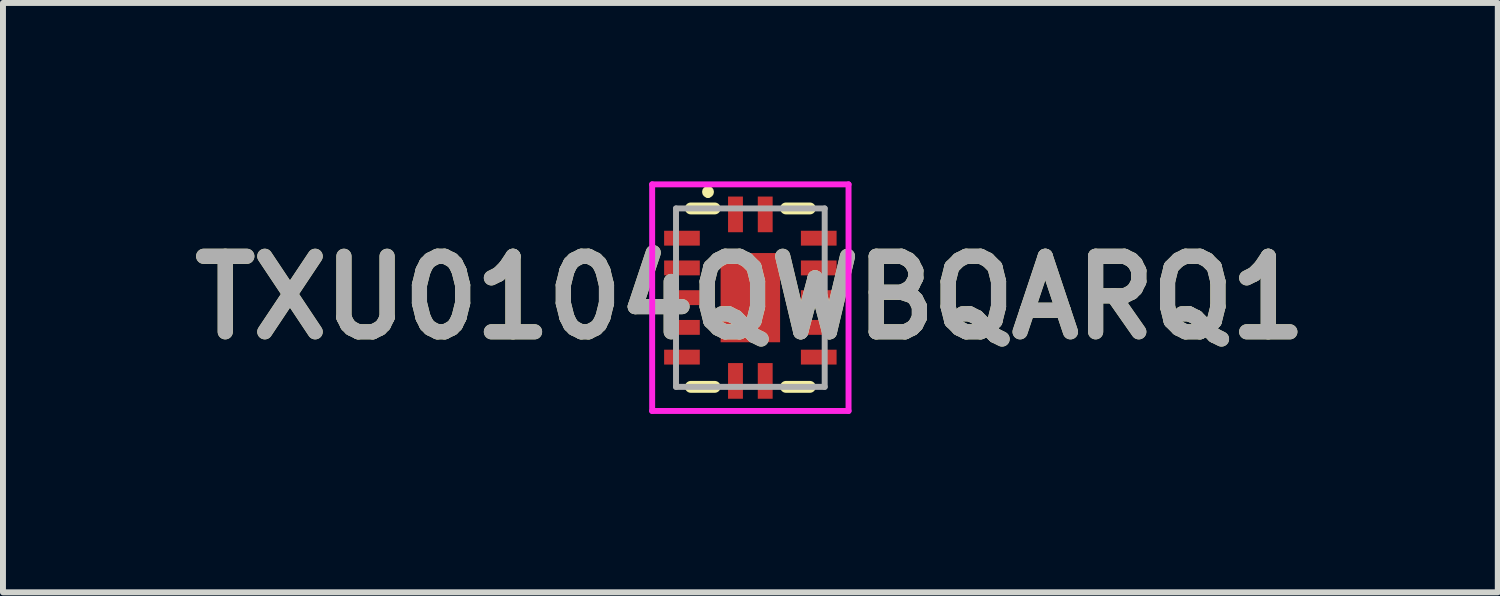
<source format=kicad_pcb>
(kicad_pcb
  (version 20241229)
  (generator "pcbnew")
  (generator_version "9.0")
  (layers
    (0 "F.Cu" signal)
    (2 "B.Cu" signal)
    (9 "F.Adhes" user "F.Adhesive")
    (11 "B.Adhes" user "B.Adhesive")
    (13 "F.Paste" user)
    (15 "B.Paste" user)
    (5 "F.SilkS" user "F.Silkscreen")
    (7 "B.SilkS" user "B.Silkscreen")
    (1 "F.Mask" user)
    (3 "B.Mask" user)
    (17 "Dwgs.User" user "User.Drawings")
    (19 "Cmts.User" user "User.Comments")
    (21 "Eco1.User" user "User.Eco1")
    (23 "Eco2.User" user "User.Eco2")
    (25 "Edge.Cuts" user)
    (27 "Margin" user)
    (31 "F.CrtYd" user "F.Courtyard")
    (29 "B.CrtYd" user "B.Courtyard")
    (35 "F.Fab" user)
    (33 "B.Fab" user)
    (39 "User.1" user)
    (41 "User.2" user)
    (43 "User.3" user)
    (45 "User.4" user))
  (footprint "TXU0104QWBQARQ1"
    (layer "F.Cu")
    (at 9.567 1.955)
    (property "Reference" "TXU0104QWBQARQ1" (at 0 0 0) (layer "F.SilkS") (effects (font (size 1.27 1.27) (thickness 0.254))))
    (attr smd)
    (fp_line (start -0.712 -1.828) (end -0.712 -1.828) (stroke (width 0.1) (type solid)) (layer "F.SilkS"))
    (fp_line (start -0.712 -1.728) (end -0.712 -1.728) (stroke (width 0.1) (type solid)) (layer "F.SilkS"))
    (fp_line (start -0.6 -1.5) (end -1 -1.5) (stroke (width 0.2) (type solid)) (layer "F.SilkS"))
    (fp_line (start -0.6 1.5) (end -1 1.5) (stroke (width 0.2) (type solid)) (layer "F.SilkS"))
    (fp_line (start 0.6 -1.5) (end 1 -1.5) (stroke (width 0.2) (type solid)) (layer "F.SilkS"))
    (fp_line (start 0.6 1.5) (end 1 1.5) (stroke (width 0.2) (type solid)) (layer "F.SilkS"))
    (fp_arc (start -0.712 -1.828) (mid -0.662 -1.778) (end -0.712 -1.728) (stroke (width 0.1) (type solid)) (layer "F.SilkS"))
    (fp_arc (start -0.712 -1.728) (mid -0.762 -1.778) (end -0.712 -1.828) (stroke (width 0.1) (type solid)) (layer "F.SilkS"))
    (fp_line (start -1.651 -1.905) (end 1.651 -1.905) (stroke (width 0.1) (type solid)) (layer "F.CrtYd"))
    (fp_line (start -1.651 1.905) (end -1.651 -1.905) (stroke (width 0.1) (type solid)) (layer "F.CrtYd"))
    (fp_line (start 1.651 -1.905) (end 1.651 1.905) (stroke (width 0.1) (type solid)) (layer "F.CrtYd"))
    (fp_line (start 1.651 1.905) (end -1.651 1.905) (stroke (width 0.1) (type solid)) (layer "F.CrtYd"))
    (fp_line (start -1.25 -1.5) (end -1.25 1.5) (stroke (width 0.1) (type solid)) (layer "F.Fab"))
    (fp_line (start -1.25 1.5) (end 1.25 1.5) (stroke (width 0.1) (type solid)) (layer "F.Fab"))
    (fp_line (start 1.25 -1.5) (end -1.25 -1.5) (stroke (width 0.1) (type solid)) (layer "F.Fab"))
    (fp_line (start 1.25 1.5) (end 1.25 -1.5) (stroke (width 0.1) (type solid)) (layer "F.Fab"))
    (fp_text user "${REFERENCE}" (at 0 0 0) (layer "F.Fab") (effects (font (size 1.27 1.27) (thickness 0.254))))
    (pad "1" smd rect (at -0.25 -1.4) (size 0.25 0.6) (layers "F.Cu" "F.Mask" "F.Paste"))
    (pad "2" smd rect (at -1.15 -1 90) (size 0.25 0.6) (layers "F.Cu" "F.Mask" "F.Paste"))
    (pad "3" smd rect (at -1.15 -0.5 90) (size 0.25 0.6) (layers "F.Cu" "F.Mask" "F.Paste"))
    (pad "4" smd rect (at -1.15 0 90) (size 0.25 0.6) (layers "F.Cu" "F.Mask" "F.Paste"))
    (pad "5" smd rect (at -1.15 0.5 90) (size 0.25 0.6) (layers "F.Cu" "F.Mask" "F.Paste"))
    (pad "6" smd rect (at -1.15 1 90) (size 0.25 0.6) (layers "F.Cu" "F.Mask" "F.Paste"))
    (pad "7" smd rect (at -0.25 1.4) (size 0.25 0.6) (layers "F.Cu" "F.Mask" "F.Paste"))
    (pad "8" smd rect (at 0.25 1.4) (size 0.25 0.6) (layers "F.Cu" "F.Mask" "F.Paste"))
    (pad "9" smd rect (at 1.15 1 90) (size 0.25 0.6) (layers "F.Cu" "F.Mask" "F.Paste"))
    (pad "10" smd rect (at 1.15 0.5 90) (size 0.25 0.6) (layers "F.Cu" "F.Mask" "F.Paste"))
    (pad "11" smd rect (at 1.15 0 90) (size 0.25 0.6) (layers "F.Cu" "F.Mask" "F.Paste"))
    (pad "12" smd rect (at 1.15 -0.5 90) (size 0.25 0.6) (layers "F.Cu" "F.Mask" "F.Paste"))
    (pad "13" smd rect (at 1.15 -1 90) (size 0.25 0.6) (layers "F.Cu" "F.Mask" "F.Paste"))
    (pad "14" smd rect (at 0.25 -1.4) (size 0.25 0.6) (layers "F.Cu" "F.Mask" "F.Paste"))
    (pad "15" smd rect (at 0 0) (size 1 1.5) (layers "F.Cu" "F.Mask" "F.Paste")))
  (gr_rect
    (start -3 -3)
    (end 22.135 6.91)
    (stroke (width 0.1) (type default))
    (fill no)
    (layer "Edge.Cuts")))
</source>
